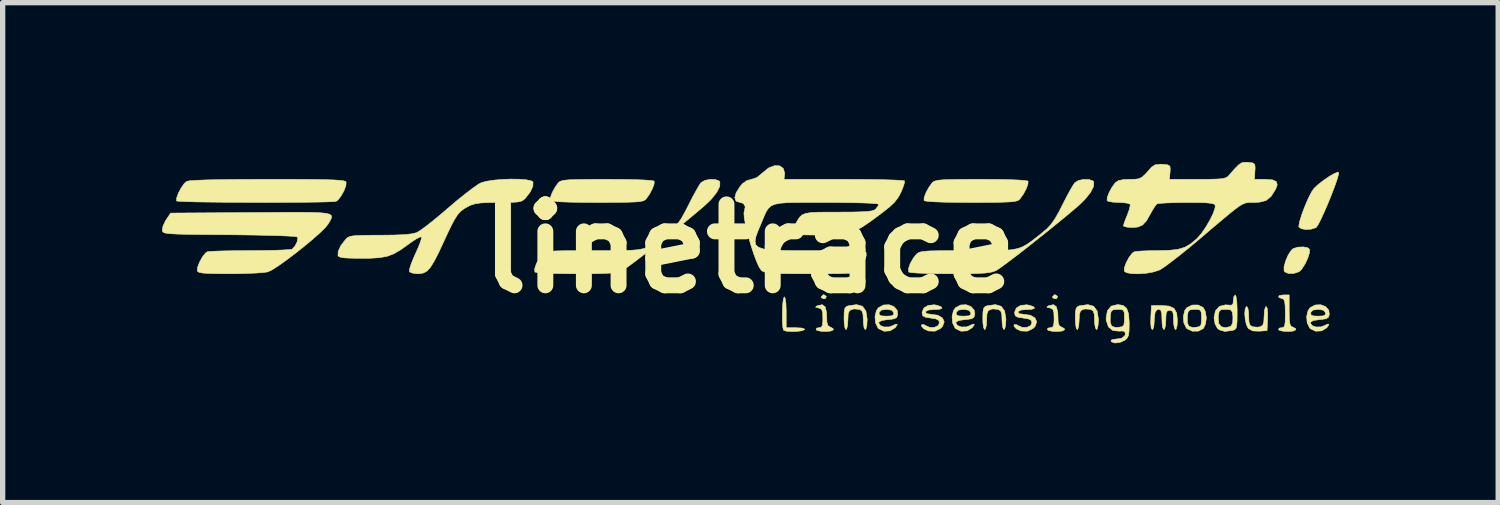
<source format=kicad_pcb>
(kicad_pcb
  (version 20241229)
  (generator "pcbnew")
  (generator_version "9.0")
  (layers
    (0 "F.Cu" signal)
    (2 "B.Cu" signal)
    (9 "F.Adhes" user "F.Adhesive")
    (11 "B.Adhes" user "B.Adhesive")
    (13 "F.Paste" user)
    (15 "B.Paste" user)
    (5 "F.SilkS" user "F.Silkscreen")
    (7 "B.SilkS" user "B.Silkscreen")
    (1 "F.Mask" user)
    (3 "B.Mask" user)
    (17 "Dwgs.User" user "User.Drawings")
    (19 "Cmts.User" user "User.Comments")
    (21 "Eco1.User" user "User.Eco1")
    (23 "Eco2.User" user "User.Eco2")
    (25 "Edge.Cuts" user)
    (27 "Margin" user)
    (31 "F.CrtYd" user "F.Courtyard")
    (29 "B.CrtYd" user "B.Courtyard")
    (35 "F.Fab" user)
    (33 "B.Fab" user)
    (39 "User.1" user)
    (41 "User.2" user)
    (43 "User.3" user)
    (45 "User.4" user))
  (footprint "linetrace"
    (layer "F.Cu")
    (at 11.065 1.633)
    (property "Reference" "linetrace" (at 0 0 0) (layer "F.SilkS") (effects (font (size 1.524 1.524) (thickness 0.3))))
    (attr through_hole)
    (fp_poly (pts (xy 1.44 0.894) (xy 1.444 0.904) (xy 1.427 0.938) (xy 1.397 0.943) (xy 1.352 0.925) (xy 1.35 0.904) (xy 1.387 0.867) (xy 1.397 0.865) (xy 1.44 0.894)) (stroke (width 0.01) (type solid)) (fill yes) (layer "F.SilkS"))
    (fp_poly (pts (xy 5.794 0.894) (xy 5.799 0.904) (xy 5.781 0.938) (xy 5.751 0.943) (xy 5.706 0.925) (xy 5.704 0.904) (xy 5.741 0.867) (xy 5.751 0.865) (xy 5.794 0.894)) (stroke (width 0.01) (type solid)) (fill yes) (layer "F.SilkS"))
    (fp_poly (pts (xy 10.508 -0.018) (xy 10.544 0.012) (xy 10.541 0.081) (xy 10.508 0.184) (xy 10.455 0.294) (xy 10.395 0.387) (xy 10.346 0.433) (xy 10.245 0.466) (xy 10.146 0.467) (xy 10.077 0.436) (xy 10.064 0.416) (xy 10.063 0.34) (xy 10.093 0.232) (xy 10.141 0.12) (xy 10.198 0.032) (xy 10.233 -0.000414) (xy 10.324 -0.029) (xy 10.425 -0.034) (xy 10.508 -0.018)) (stroke (width 0.01) (type solid)) (fill yes) (layer "F.SilkS"))
    (fp_poly (pts (xy 0.671 0.941) (xy 0.684 1.034) (xy 0.689 1.171) (xy 0.689 1.197) (xy 0.689 1.488) (xy 0.873 1.488) (xy 0.982 1.494) (xy 1.033 1.511) (xy 1.034 1.524) (xy 0.988 1.544) (xy 0.897 1.557) (xy 0.791 1.56) (xy 0.696 1.554) (xy 0.642 1.537) (xy 0.641 1.536) (xy 0.627 1.489) (xy 0.619 1.394) (xy 0.617 1.271) (xy 0.619 1.141) (xy 0.626 1.024) (xy 0.638 0.939) (xy 0.653 0.907) (xy 0.671 0.941)) (stroke (width 0.01) (type solid)) (fill yes) (layer "F.SilkS"))
    (fp_poly (pts (xy 11.091 -1.439) (xy 11.089 -1.397) (xy 11.062 -1.303) (xy 11.016 -1.171) (xy 10.957 -1.017) (xy 10.891 -0.854) (xy 10.823 -0.697) (xy 10.76 -0.559) (xy 10.707 -0.456) (xy 10.67 -0.401) (xy 10.664 -0.397) (xy 10.574 -0.368) (xy 10.475 -0.361) (xy 10.39 -0.376) (xy 10.344 -0.409) (xy 10.341 -0.421) (xy 10.357 -0.512) (xy 10.398 -0.645) (xy 10.455 -0.797) (xy 10.519 -0.946) (xy 10.581 -1.067) (xy 10.627 -1.135) (xy 10.705 -1.208) (xy 10.806 -1.286) (xy 10.912 -1.359) (xy 11.007 -1.414) (xy 11.073 -1.441) (xy 11.091 -1.439)) (stroke (width 0.01) (type solid)) (fill yes) (layer "F.SilkS"))
    (fp_poly (pts (xy 1.422 1.093) (xy 1.448 1.196) (xy 1.451 1.272) (xy 1.456 1.386) (xy 1.475 1.447) (xy 1.514 1.474) (xy 1.524 1.477) (xy 1.573 1.505) (xy 1.576 1.528) (xy 1.527 1.551) (xy 1.439 1.559) (xy 1.343 1.555) (xy 1.27 1.538) (xy 1.252 1.524) (xy 1.263 1.495) (xy 1.304 1.488) (xy 1.349 1.479) (xy 1.371 1.439) (xy 1.379 1.352) (xy 1.379 1.309) (xy 1.375 1.2) (xy 1.357 1.144) (xy 1.317 1.12) (xy 1.297 1.116) (xy 1.243 1.102) (xy 1.256 1.084) (xy 1.279 1.073) (xy 1.367 1.054) (xy 1.422 1.093)) (stroke (width 0.01) (type solid)) (fill yes) (layer "F.SilkS"))
    (fp_poly (pts (xy 5.776 1.093) (xy 5.803 1.196) (xy 5.806 1.272) (xy 5.81 1.386) (xy 5.829 1.447) (xy 5.869 1.474) (xy 5.878 1.477) (xy 5.927 1.505) (xy 5.93 1.528) (xy 5.882 1.551) (xy 5.794 1.559) (xy 5.697 1.555) (xy 5.624 1.538) (xy 5.606 1.524) (xy 5.617 1.495) (xy 5.658 1.488) (xy 5.703 1.479) (xy 5.726 1.439) (xy 5.733 1.352) (xy 5.733 1.309) (xy 5.729 1.2) (xy 5.711 1.144) (xy 5.671 1.12) (xy 5.652 1.116) (xy 5.597 1.102) (xy 5.61 1.084) (xy 5.633 1.073) (xy 5.721 1.054) (xy 5.776 1.093)) (stroke (width 0.01) (type solid)) (fill yes) (layer "F.SilkS"))
    (fp_poly (pts (xy 9.747 1.123) (xy 9.755 1.219) (xy 9.754 1.315) (xy 9.743 1.542) (xy 9.596 1.553) (xy 9.475 1.548) (xy 9.397 1.506) (xy 9.387 1.496) (xy 9.354 1.43) (xy 9.333 1.334) (xy 9.324 1.23) (xy 9.33 1.141) (xy 9.351 1.092) (xy 9.362 1.089) (xy 9.383 1.121) (xy 9.396 1.204) (xy 9.398 1.268) (xy 9.403 1.38) (xy 9.424 1.44) (xy 9.468 1.469) (xy 9.471 1.47) (xy 9.567 1.478) (xy 9.616 1.47) (xy 9.661 1.442) (xy 9.682 1.383) (xy 9.688 1.274) (xy 9.688 1.268) (xy 9.695 1.163) (xy 9.713 1.099) (xy 9.726 1.089) (xy 9.747 1.123)) (stroke (width 0.01) (type solid)) (fill yes) (layer "F.SilkS"))
    (fp_poly (pts (xy 10.16 1.165) (xy 10.162 1.312) (xy 10.17 1.402) (xy 10.187 1.45) (xy 10.217 1.472) (xy 10.232 1.477) (xy 10.282 1.505) (xy 10.284 1.528) (xy 10.236 1.551) (xy 10.148 1.559) (xy 10.051 1.555) (xy 9.979 1.538) (xy 9.96 1.524) (xy 9.972 1.495) (xy 10.013 1.488) (xy 10.051 1.482) (xy 10.073 1.454) (xy 10.084 1.389) (xy 10.087 1.272) (xy 10.087 1.216) (xy 10.084 1.071) (xy 10.073 0.986) (xy 10.052 0.948) (xy 10.035 0.943) (xy 9.973 0.921) (xy 9.96 0.907) (xy 9.975 0.881) (xy 10.045 0.871) (xy 10.049 0.871) (xy 10.16 0.871) (xy 10.16 1.165)) (stroke (width 0.01) (type solid)) (fill yes) (layer "F.SilkS"))
    (fp_poly (pts (xy 2.125 1.084) (xy 2.189 1.172) (xy 2.213 1.319) (xy 2.213 1.345) (xy 2.207 1.448) (xy 2.19 1.512) (xy 2.177 1.524) (xy 2.156 1.491) (xy 2.143 1.408) (xy 2.141 1.345) (xy 2.135 1.233) (xy 2.114 1.172) (xy 2.071 1.144) (xy 2.068 1.143) (xy 1.972 1.134) (xy 1.923 1.143) (xy 1.878 1.171) (xy 1.856 1.229) (xy 1.851 1.339) (xy 1.851 1.345) (xy 1.844 1.448) (xy 1.827 1.512) (xy 1.814 1.524) (xy 1.795 1.491) (xy 1.782 1.405) (xy 1.778 1.311) (xy 1.781 1.189) (xy 1.794 1.121) (xy 1.825 1.088) (xy 1.86 1.075) (xy 2.016 1.053) (xy 2.125 1.084)) (stroke (width 0.01) (type solid)) (fill yes) (layer "F.SilkS"))
    (fp_poly (pts (xy 4.737 1.084) (xy 4.802 1.172) (xy 4.826 1.319) (xy 4.826 1.345) (xy 4.819 1.448) (xy 4.802 1.512) (xy 4.79 1.524) (xy 4.769 1.491) (xy 4.756 1.408) (xy 4.753 1.345) (xy 4.748 1.233) (xy 4.727 1.172) (xy 4.683 1.144) (xy 4.681 1.143) (xy 4.584 1.134) (xy 4.536 1.143) (xy 4.491 1.171) (xy 4.469 1.229) (xy 4.463 1.339) (xy 4.463 1.345) (xy 4.457 1.448) (xy 4.44 1.512) (xy 4.427 1.524) (xy 4.407 1.491) (xy 4.394 1.405) (xy 4.391 1.311) (xy 4.394 1.189) (xy 4.407 1.121) (xy 4.437 1.088) (xy 4.472 1.075) (xy 4.629 1.053) (xy 4.737 1.084)) (stroke (width 0.01) (type solid)) (fill yes) (layer "F.SilkS"))
    (fp_poly (pts (xy 6.479 1.084) (xy 6.543 1.172) (xy 6.567 1.319) (xy 6.568 1.345) (xy 6.561 1.448) (xy 6.544 1.512) (xy 6.531 1.524) (xy 6.511 1.491) (xy 6.497 1.408) (xy 6.495 1.345) (xy 6.49 1.233) (xy 6.469 1.172) (xy 6.425 1.144) (xy 6.423 1.143) (xy 6.326 1.134) (xy 6.277 1.143) (xy 6.233 1.171) (xy 6.211 1.229) (xy 6.205 1.339) (xy 6.205 1.345) (xy 6.198 1.448) (xy 6.181 1.512) (xy 6.169 1.524) (xy 6.149 1.491) (xy 6.136 1.405) (xy 6.132 1.311) (xy 6.135 1.189) (xy 6.149 1.121) (xy 6.179 1.088) (xy 6.214 1.075) (xy 6.37 1.053) (xy 6.479 1.084)) (stroke (width 0.01) (type solid)) (fill yes) (layer "F.SilkS"))
    (fp_poly (pts (xy 3.533 1.066) (xy 3.611 1.096) (xy 3.622 1.123) (xy 3.569 1.142) (xy 3.478 1.146) (xy 3.372 1.154) (xy 3.315 1.182) (xy 3.312 1.188) (xy 3.33 1.223) (xy 3.41 1.234) (xy 3.545 1.253) (xy 3.632 1.304) (xy 3.664 1.377) (xy 3.634 1.461) (xy 3.599 1.5) (xy 3.491 1.553) (xy 3.368 1.549) (xy 3.282 1.509) (xy 3.238 1.461) (xy 3.238 1.431) (xy 3.283 1.429) (xy 3.317 1.449) (xy 3.396 1.483) (xy 3.483 1.48) (xy 3.551 1.447) (xy 3.574 1.397) (xy 3.561 1.349) (xy 3.508 1.322) (xy 3.411 1.306) (xy 3.31 1.29) (xy 3.262 1.264) (xy 3.248 1.214) (xy 3.248 1.198) (xy 3.279 1.118) (xy 3.362 1.068) (xy 3.477 1.056) (xy 3.533 1.066)) (stroke (width 0.01) (type solid)) (fill yes) (layer "F.SilkS"))
    (fp_poly (pts (xy 5.274 1.066) (xy 5.353 1.096) (xy 5.364 1.123) (xy 5.311 1.142) (xy 5.22 1.146) (xy 5.114 1.154) (xy 5.057 1.182) (xy 5.053 1.188) (xy 5.072 1.223) (xy 5.152 1.234) (xy 5.287 1.253) (xy 5.374 1.304) (xy 5.406 1.377) (xy 5.376 1.461) (xy 5.34 1.5) (xy 5.233 1.553) (xy 5.109 1.549) (xy 5.023 1.509) (xy 4.979 1.461) (xy 4.979 1.431) (xy 5.025 1.429) (xy 5.059 1.449) (xy 5.137 1.483) (xy 5.224 1.48) (xy 5.293 1.447) (xy 5.316 1.397) (xy 5.302 1.349) (xy 5.25 1.322) (xy 5.153 1.306) (xy 5.051 1.29) (xy 5.003 1.264) (xy 4.99 1.214) (xy 4.989 1.198) (xy 5.021 1.118) (xy 5.103 1.068) (xy 5.218 1.056) (xy 5.274 1.066)) (stroke (width 0.01) (type solid)) (fill yes) (layer "F.SilkS"))
    (fp_poly (pts (xy 8.542 1.108) (xy 8.543 1.109) (xy 8.581 1.184) (xy 8.599 1.293) (xy 8.6 1.306) (xy 8.585 1.416) (xy 8.548 1.497) (xy 8.543 1.503) (xy 8.449 1.552) (xy 8.336 1.553) (xy 8.238 1.507) (xy 8.224 1.494) (xy 8.177 1.397) (xy 8.176 1.39) (xy 8.241 1.39) (xy 8.27 1.459) (xy 8.339 1.483) (xy 8.391 1.481) (xy 8.464 1.469) (xy 8.498 1.439) (xy 8.508 1.369) (xy 8.509 1.306) (xy 8.506 1.206) (xy 8.488 1.158) (xy 8.439 1.144) (xy 8.382 1.143) (xy 8.296 1.15) (xy 8.258 1.184) (xy 8.243 1.264) (xy 8.241 1.39) (xy 8.176 1.39) (xy 8.167 1.277) (xy 8.193 1.165) (xy 8.231 1.112) (xy 8.332 1.061) (xy 8.446 1.06) (xy 8.542 1.108)) (stroke (width 0.01) (type solid)) (fill yes) (layer "F.SilkS"))
    (fp_poly (pts (xy -2.407 -1.305) (xy -2.175 -1.301) (xy -1.992 -1.294) (xy -1.865 -1.285) (xy -1.802 -1.275) (xy -1.797 -1.271) (xy -1.798 -1.217) (xy -1.832 -1.127) (xy -1.885 -1.026) (xy -1.949 -0.937) (xy -1.951 -0.934) (xy -1.975 -0.914) (xy -2.012 -0.899) (xy -2.072 -0.887) (xy -2.163 -0.88) (xy -2.295 -0.875) (xy -2.477 -0.872) (xy -2.718 -0.871) (xy -2.87 -0.871) (xy -3.145 -0.872) (xy -3.377 -0.876) (xy -3.56 -0.883) (xy -3.686 -0.892) (xy -3.749 -0.903) (xy -3.755 -0.906) (xy -3.753 -0.96) (xy -3.72 -1.05) (xy -3.666 -1.151) (xy -3.602 -1.241) (xy -3.6 -1.243) (xy -3.577 -1.263) (xy -3.539 -1.278) (xy -3.48 -1.29) (xy -3.388 -1.298) (xy -3.256 -1.302) (xy -3.074 -1.305) (xy -2.834 -1.306) (xy -2.682 -1.306) (xy -2.407 -1.305)) (stroke (width 0.01) (type solid)) (fill yes) (layer "F.SilkS"))
    (fp_poly (pts (xy 4.633 -1.305) (xy 4.865 -1.301) (xy 5.048 -1.294) (xy 5.174 -1.285) (xy 5.237 -1.275) (xy 5.243 -1.271) (xy 5.241 -1.217) (xy 5.208 -1.127) (xy 5.154 -1.026) (xy 5.09 -0.937) (xy 5.088 -0.934) (xy 5.064 -0.914) (xy 5.027 -0.899) (xy 4.967 -0.887) (xy 4.876 -0.88) (xy 4.744 -0.875) (xy 4.562 -0.872) (xy 4.322 -0.871) (xy 4.169 -0.871) (xy 3.895 -0.872) (xy 3.662 -0.876) (xy 3.479 -0.883) (xy 3.353 -0.892) (xy 3.29 -0.903) (xy 3.285 -0.906) (xy 3.286 -0.96) (xy 3.319 -1.05) (xy 3.373 -1.151) (xy 3.437 -1.241) (xy 3.439 -1.243) (xy 3.463 -1.263) (xy 3.5 -1.278) (xy 3.56 -1.29) (xy 3.651 -1.298) (xy 3.783 -1.302) (xy 3.965 -1.305) (xy 4.206 -1.306) (xy 4.358 -1.306) (xy 4.633 -1.305)) (stroke (width 0.01) (type solid)) (fill yes) (layer "F.SilkS"))
    (fp_poly (pts (xy 7.899 1.081) (xy 7.994 1.126) (xy 8.042 1.214) (xy 8.055 1.348) (xy 8.049 1.45) (xy 8.032 1.513) (xy 8.019 1.524) (xy 7.998 1.491) (xy 7.985 1.408) (xy 7.983 1.343) (xy 7.979 1.234) (xy 7.963 1.179) (xy 7.927 1.162) (xy 7.91 1.161) (xy 7.867 1.171) (xy 7.845 1.211) (xy 7.838 1.301) (xy 7.838 1.343) (xy 7.831 1.446) (xy 7.814 1.512) (xy 7.801 1.524) (xy 7.78 1.491) (xy 7.767 1.408) (xy 7.765 1.349) (xy 7.76 1.222) (xy 7.742 1.157) (xy 7.704 1.141) (xy 7.671 1.149) (xy 7.635 1.201) (xy 7.62 1.321) (xy 7.62 1.346) (xy 7.613 1.451) (xy 7.595 1.514) (xy 7.582 1.524) (xy 7.561 1.49) (xy 7.553 1.394) (xy 7.555 1.297) (xy 7.566 1.07) (xy 7.747 1.069) (xy 7.899 1.081)) (stroke (width 0.01) (type solid)) (fill yes) (layer "F.SilkS"))
    (fp_poly (pts (xy -8.701 -1.306) (xy -8.396 -1.305) (xy -8.151 -1.303) (xy -7.961 -1.299) (xy -7.817 -1.294) (xy -7.716 -1.287) (xy -7.649 -1.279) (xy -7.612 -1.268) (xy -7.598 -1.255) (xy -7.602 -1.188) (xy -7.638 -1.091) (xy -7.693 -0.992) (xy -7.752 -0.916) (xy -7.785 -0.893) (xy -7.836 -0.887) (xy -7.948 -0.882) (xy -8.113 -0.878) (xy -8.321 -0.875) (xy -8.562 -0.873) (xy -8.828 -0.872) (xy -9.109 -0.871) (xy -9.395 -0.872) (xy -9.678 -0.873) (xy -9.949 -0.875) (xy -10.197 -0.878) (xy -10.414 -0.881) (xy -10.59 -0.886) (xy -10.716 -0.891) (xy -10.782 -0.897) (xy -10.79 -0.9) (xy -10.789 -0.955) (xy -10.757 -1.044) (xy -10.705 -1.142) (xy -10.647 -1.225) (xy -10.601 -1.267) (xy -10.542 -1.279) (xy -10.411 -1.288) (xy -10.209 -1.296) (xy -9.935 -1.301) (xy -9.589 -1.305) (xy -9.171 -1.306) (xy -9.073 -1.306) (xy -8.701 -1.306)) (stroke (width 0.01) (type solid)) (fill yes) (layer "F.SilkS"))
    (fp_poly (pts (xy 9.161 0.905) (xy 9.174 1) (xy 9.18 1.143) (xy 9.18 1.193) (xy 9.179 1.348) (xy 9.173 1.444) (xy 9.159 1.498) (xy 9.133 1.525) (xy 9.099 1.537) (xy 8.95 1.558) (xy 8.843 1.527) (xy 8.805 1.494) (xy 8.763 1.412) (xy 8.745 1.306) (xy 8.745 1.3) (xy 8.748 1.284) (xy 8.824 1.284) (xy 8.832 1.405) (xy 8.882 1.47) (xy 8.963 1.487) (xy 9.043 1.468) (xy 9.065 1.456) (xy 9.097 1.396) (xy 9.101 1.284) (xy 9.089 1.193) (xy 9.059 1.153) (xy 8.99 1.143) (xy 8.963 1.143) (xy 8.88 1.148) (xy 8.842 1.178) (xy 8.827 1.254) (xy 8.824 1.284) (xy 8.748 1.284) (xy 8.772 1.169) (xy 8.848 1.085) (xy 8.962 1.057) (xy 8.997 1.06) (xy 9.074 1.064) (xy 9.104 1.033) (xy 9.108 0.973) (xy 9.119 0.9) (xy 9.144 0.871) (xy 9.161 0.905)) (stroke (width 0.01) (type solid)) (fill yes) (layer "F.SilkS"))
    (fp_poly (pts (xy 2.718 1.09) (xy 2.778 1.158) (xy 2.788 1.236) (xy 2.772 1.291) (xy 2.728 1.319) (xy 2.638 1.333) (xy 2.603 1.335) (xy 2.487 1.352) (xy 2.435 1.382) (xy 2.431 1.398) (xy 2.462 1.447) (xy 2.536 1.474) (xy 2.626 1.473) (xy 2.679 1.455) (xy 2.759 1.419) (xy 2.782 1.428) (xy 2.747 1.479) (xy 2.74 1.488) (xy 2.644 1.547) (xy 2.531 1.554) (xy 2.432 1.507) (xy 2.419 1.494) (xy 2.371 1.397) (xy 2.361 1.277) (xy 2.378 1.206) (xy 2.438 1.206) (xy 2.443 1.247) (xy 2.489 1.266) (xy 2.576 1.27) (xy 2.672 1.265) (xy 2.712 1.244) (xy 2.715 1.206) (xy 2.681 1.16) (xy 2.594 1.143) (xy 2.576 1.143) (xy 2.481 1.156) (xy 2.44 1.197) (xy 2.438 1.206) (xy 2.378 1.206) (xy 2.388 1.165) (xy 2.425 1.112) (xy 2.521 1.06) (xy 2.626 1.055) (xy 2.718 1.09)) (stroke (width 0.01) (type solid)) (fill yes) (layer "F.SilkS"))
    (fp_poly (pts (xy 4.17 1.09) (xy 4.229 1.158) (xy 4.24 1.236) (xy 4.223 1.291) (xy 4.18 1.319) (xy 4.09 1.333) (xy 4.055 1.335) (xy 3.938 1.352) (xy 3.887 1.382) (xy 3.883 1.398) (xy 3.913 1.447) (xy 3.988 1.474) (xy 4.078 1.473) (xy 4.131 1.455) (xy 4.21 1.419) (xy 4.233 1.428) (xy 4.198 1.479) (xy 4.191 1.488) (xy 4.095 1.547) (xy 3.982 1.554) (xy 3.883 1.507) (xy 3.87 1.494) (xy 3.822 1.397) (xy 3.812 1.277) (xy 3.829 1.206) (xy 3.889 1.206) (xy 3.894 1.247) (xy 3.941 1.266) (xy 4.028 1.27) (xy 4.124 1.265) (xy 4.164 1.244) (xy 4.166 1.206) (xy 4.132 1.16) (xy 4.046 1.143) (xy 4.028 1.143) (xy 3.932 1.156) (xy 3.892 1.197) (xy 3.889 1.206) (xy 3.829 1.206) (xy 3.839 1.165) (xy 3.876 1.112) (xy 3.973 1.06) (xy 4.077 1.055) (xy 4.17 1.09)) (stroke (width 0.01) (type solid)) (fill yes) (layer "F.SilkS"))
    (fp_poly (pts (xy 10.846 1.09) (xy 10.906 1.158) (xy 10.916 1.236) (xy 10.9 1.291) (xy 10.856 1.319) (xy 10.766 1.333) (xy 10.732 1.335) (xy 10.615 1.352) (xy 10.563 1.382) (xy 10.559 1.398) (xy 10.59 1.447) (xy 10.664 1.474) (xy 10.754 1.473) (xy 10.807 1.455) (xy 10.887 1.419) (xy 10.91 1.428) (xy 10.875 1.479) (xy 10.868 1.488) (xy 10.772 1.547) (xy 10.659 1.554) (xy 10.56 1.507) (xy 10.547 1.494) (xy 10.499 1.397) (xy 10.489 1.277) (xy 10.506 1.206) (xy 10.566 1.206) (xy 10.571 1.247) (xy 10.617 1.266) (xy 10.704 1.27) (xy 10.8 1.265) (xy 10.84 1.244) (xy 10.843 1.206) (xy 10.809 1.16) (xy 10.722 1.143) (xy 10.704 1.143) (xy 10.609 1.156) (xy 10.568 1.197) (xy 10.566 1.206) (xy 10.506 1.206) (xy 10.516 1.165) (xy 10.553 1.112) (xy 10.649 1.06) (xy 10.754 1.055) (xy 10.846 1.09)) (stroke (width 0.01) (type solid)) (fill yes) (layer "F.SilkS"))
    (fp_poly (pts (xy 7.033 1.068) (xy 7.1 1.123) (xy 7.136 1.227) (xy 7.148 1.39) (xy 7.148 1.416) (xy 7.145 1.553) (xy 7.133 1.637) (xy 7.105 1.689) (xy 7.068 1.722) (xy 6.973 1.765) (xy 6.878 1.776) (xy 6.811 1.751) (xy 6.804 1.742) (xy 6.816 1.715) (xy 6.871 1.705) (xy 7 1.689) (xy 7.066 1.639) (xy 7.076 1.599) (xy 7.06 1.556) (xy 7 1.549) (xy 6.965 1.553) (xy 6.842 1.542) (xy 6.756 1.472) (xy 6.729 1.39) (xy 6.79 1.39) (xy 6.819 1.459) (xy 6.887 1.483) (xy 6.939 1.481) (xy 7.012 1.469) (xy 7.047 1.439) (xy 7.057 1.369) (xy 7.058 1.306) (xy 7.055 1.206) (xy 7.036 1.158) (xy 6.987 1.144) (xy 6.931 1.143) (xy 6.844 1.15) (xy 6.806 1.184) (xy 6.792 1.264) (xy 6.79 1.39) (xy 6.729 1.39) (xy 6.715 1.35) (xy 6.713 1.303) (xy 6.738 1.166) (xy 6.81 1.081) (xy 6.929 1.052) (xy 6.931 1.052) (xy 7.033 1.068)) (stroke (width 0.01) (type solid)) (fill yes) (layer "F.SilkS"))
    (fp_poly (pts (xy -0.648 -1.303) (xy -0.576 -1.277) (xy -0.559 -1.255) (xy -0.563 -1.172) (xy -0.619 -1.061) (xy -0.721 -0.933) (xy -0.805 -0.85) (xy -0.907 -0.76) (xy -1.047 -0.642) (xy -1.215 -0.503) (xy -1.402 -0.352) (xy -1.597 -0.196) (xy -1.791 -0.042) (xy -1.975 0.101) (xy -2.137 0.225) (xy -2.269 0.323) (xy -2.361 0.388) (xy -2.393 0.408) (xy -2.445 0.43) (xy -2.51 0.446) (xy -2.598 0.458) (xy -2.72 0.465) (xy -2.887 0.47) (xy -3.109 0.471) (xy -3.271 0.472) (xy -3.5 0.47) (xy -3.701 0.466) (xy -3.866 0.459) (xy -3.983 0.451) (xy -4.04 0.441) (xy -4.044 0.438) (xy -4.047 0.376) (xy -4.015 0.281) (xy -3.959 0.18) (xy -3.91 0.118) (xy -3.885 0.093) (xy -3.855 0.073) (xy -3.812 0.059) (xy -3.747 0.049) (xy -3.651 0.042) (xy -3.515 0.039) (xy -3.328 0.037) (xy -3.084 0.036) (xy -2.924 0.036) (xy -2.637 0.036) (xy -2.411 0.035) (xy -2.236 0.03) (xy -2.101 0.019) (xy -1.993 -0.002) (xy -1.902 -0.034) (xy -1.817 -0.081) (xy -1.727 -0.144) (xy -1.621 -0.227) (xy -1.547 -0.285) (xy -1.444 -0.372) (xy -1.363 -0.459) (xy -1.289 -0.563) (xy -1.21 -0.705) (xy -1.153 -0.816) (xy -1.075 -0.969) (xy -1.002 -1.103) (xy -0.945 -1.201) (xy -0.916 -1.243) (xy -0.846 -1.285) (xy -0.748 -1.305) (xy -0.648 -1.303)) (stroke (width 0.01) (type solid)) (fill yes) (layer "F.SilkS"))
    (fp_poly (pts (xy 6.391 -1.303) (xy 6.463 -1.277) (xy 6.481 -1.255) (xy 6.477 -1.172) (xy 6.42 -1.061) (xy 6.318 -0.933) (xy 6.235 -0.85) (xy 6.133 -0.76) (xy 5.993 -0.642) (xy 5.824 -0.503) (xy 5.638 -0.352) (xy 5.442 -0.196) (xy 5.248 -0.042) (xy 5.065 0.101) (xy 4.902 0.225) (xy 4.77 0.323) (xy 4.678 0.388) (xy 4.646 0.408) (xy 4.594 0.43) (xy 4.529 0.446) (xy 4.441 0.458) (xy 4.319 0.465) (xy 4.153 0.47) (xy 3.93 0.471) (xy 3.768 0.472) (xy 3.54 0.47) (xy 3.338 0.466) (xy 3.173 0.459) (xy 3.057 0.451) (xy 2.999 0.441) (xy 2.995 0.438) (xy 2.992 0.376) (xy 3.024 0.281) (xy 3.081 0.18) (xy 3.129 0.118) (xy 3.155 0.093) (xy 3.184 0.073) (xy 3.227 0.059) (xy 3.292 0.049) (xy 3.388 0.042) (xy 3.525 0.039) (xy 3.711 0.037) (xy 3.956 0.036) (xy 4.116 0.036) (xy 4.403 0.036) (xy 4.628 0.035) (xy 4.803 0.03) (xy 4.939 0.019) (xy 5.047 -0.002) (xy 5.137 -0.034) (xy 5.222 -0.081) (xy 5.312 -0.144) (xy 5.419 -0.227) (xy 5.492 -0.285) (xy 5.595 -0.372) (xy 5.677 -0.459) (xy 5.75 -0.563) (xy 5.83 -0.705) (xy 5.886 -0.816) (xy 5.965 -0.969) (xy 6.037 -1.103) (xy 6.095 -1.201) (xy 6.124 -1.243) (xy 6.194 -1.285) (xy 6.292 -1.305) (xy 6.391 -1.303)) (stroke (width 0.01) (type solid)) (fill yes) (layer "F.SilkS"))
    (fp_poly (pts (xy -8.24 -0.683) (xy -8.091 -0.677) (xy -7.986 -0.667) (xy -7.917 -0.651) (xy -7.881 -0.63) (xy -7.87 -0.602) (xy -7.88 -0.566) (xy -7.903 -0.521) (xy -7.935 -0.466) (xy -7.938 -0.462) (xy -7.994 -0.393) (xy -8.097 -0.293) (xy -8.234 -0.172) (xy -8.393 -0.04) (xy -8.561 0.093) (xy -8.725 0.217) (xy -8.873 0.322) (xy -8.992 0.398) (xy -9.07 0.436) (xy -9.15 0.448) (xy -9.287 0.458) (xy -9.464 0.466) (xy -9.668 0.471) (xy -9.789 0.472) (xy -10.018 0.47) (xy -10.183 0.466) (xy -10.294 0.459) (xy -10.362 0.447) (xy -10.394 0.429) (xy -10.4 0.421) (xy -10.396 0.354) (xy -10.359 0.257) (xy -10.305 0.157) (xy -10.246 0.082) (xy -10.213 0.059) (xy -10.16 0.052) (xy -10.046 0.046) (xy -9.884 0.041) (xy -9.684 0.038) (xy -9.46 0.036) (xy -9.404 0.036) (xy -9.177 0.034) (xy -8.973 0.031) (xy -8.805 0.025) (xy -8.683 0.018) (xy -8.62 0.011) (xy -8.614 0.009) (xy -8.56 -0.05) (xy -8.52 -0.129) (xy -8.507 -0.198) (xy -8.516 -0.221) (xy -8.559 -0.229) (xy -8.665 -0.237) (xy -8.827 -0.244) (xy -9.036 -0.25) (xy -9.284 -0.256) (xy -9.561 -0.26) (xy -9.798 -0.263) (xy -10.132 -0.265) (xy -10.401 -0.268) (xy -10.611 -0.271) (xy -10.771 -0.275) (xy -10.886 -0.281) (xy -10.966 -0.288) (xy -11.015 -0.298) (xy -11.043 -0.311) (xy -11.055 -0.327) (xy -11.06 -0.346) (xy -11.047 -0.422) (xy -11.002 -0.52) (xy -10.986 -0.546) (xy -10.901 -0.671) (xy -9.387 -0.681) (xy -9.006 -0.683) (xy -8.692 -0.685) (xy -8.439 -0.685) (xy -8.24 -0.683)) (stroke (width 0.01) (type solid)) (fill yes) (layer "F.SilkS"))
    (fp_poly (pts (xy -4.334 -1.308) (xy -4.201 -1.297) (xy -4.11 -1.277) (xy -4.078 -1.255) (xy -4.082 -1.174) (xy -4.133 -1.065) (xy -4.22 -0.953) (xy -4.257 -0.918) (xy -4.301 -0.894) (xy -4.368 -0.88) (xy -4.471 -0.873) (xy -4.626 -0.871) (xy -4.725 -0.871) (xy -4.925 -0.869) (xy -5.068 -0.861) (xy -5.172 -0.845) (xy -5.252 -0.82) (xy -5.29 -0.802) (xy -5.372 -0.756) (xy -5.439 -0.705) (xy -5.5 -0.638) (xy -5.561 -0.542) (xy -5.631 -0.407) (xy -5.72 -0.22) (xy -5.754 -0.145) (xy -5.856 0.074) (xy -5.939 0.235) (xy -6.008 0.347) (xy -6.07 0.417) (xy -6.134 0.455) (xy -6.205 0.47) (xy -6.245 0.472) (xy -6.34 0.462) (xy -6.401 0.438) (xy -6.406 0.432) (xy -6.403 0.383) (xy -6.373 0.287) (xy -6.322 0.161) (xy -6.297 0.106) (xy -6.237 -0.027) (xy -6.195 -0.138) (xy -6.175 -0.208) (xy -6.176 -0.22) (xy -6.208 -0.22) (xy -6.283 -0.181) (xy -6.385 -0.113) (xy -6.411 -0.094) (xy -6.565 0.017) (xy -6.696 0.094) (xy -6.822 0.142) (xy -6.966 0.169) (xy -7.147 0.18) (xy -7.312 0.181) (xy -7.501 0.179) (xy -7.629 0.173) (xy -7.707 0.16) (xy -7.744 0.14) (xy -7.751 0.13) (xy -7.747 0.049) (xy -7.696 -0.06) (xy -7.609 -0.172) (xy -7.578 -0.203) (xy -7.54 -0.225) (xy -7.485 -0.239) (xy -7.4 -0.248) (xy -7.272 -0.252) (xy -7.092 -0.254) (xy -6.959 -0.254) (xy -6.697 -0.257) (xy -6.501 -0.265) (xy -6.362 -0.28) (xy -6.274 -0.301) (xy -6.267 -0.304) (xy -6.201 -0.344) (xy -6.093 -0.423) (xy -5.954 -0.532) (xy -5.797 -0.662) (xy -5.679 -0.763) (xy -5.513 -0.904) (xy -5.354 -1.032) (xy -5.215 -1.138) (xy -5.11 -1.212) (xy -5.062 -1.239) (xy -4.963 -1.268) (xy -4.825 -1.29) (xy -4.663 -1.304) (xy -4.494 -1.311) (xy -4.334 -1.308)) (stroke (width 0.01) (type solid)) (fill yes) (layer "F.SilkS"))
    (fp_poly (pts (xy 9.38 -1.627) (xy 9.389 -1.626) (xy 9.474 -1.615) (xy 9.512 -1.588) (xy 9.519 -1.523) (xy 9.515 -1.46) (xy 9.506 -1.306) (xy 9.707 -1.306) (xy 9.846 -1.296) (xy 9.92 -1.263) (xy 9.935 -1.201) (xy 9.904 -1.119) (xy 9.819 -0.984) (xy 9.724 -0.907) (xy 9.596 -0.875) (xy 9.505 -0.871) (xy 9.442 -0.871) (xy 9.389 -0.87) (xy 9.34 -0.861) (xy 9.288 -0.841) (xy 9.224 -0.804) (xy 9.143 -0.745) (xy 9.035 -0.659) (xy 8.894 -0.541) (xy 8.712 -0.388) (xy 8.482 -0.192) (xy 8.475 -0.186) (xy 8.287 -0.029) (xy 8.108 0.116) (xy 7.949 0.239) (xy 7.821 0.335) (xy 7.733 0.393) (xy 7.713 0.403) (xy 7.6 0.439) (xy 7.463 0.463) (xy 7.32 0.473) (xy 7.191 0.469) (xy 7.095 0.451) (xy 7.054 0.421) (xy 7.058 0.354) (xy 7.094 0.257) (xy 7.149 0.157) (xy 7.208 0.082) (xy 7.24 0.059) (xy 7.3 0.049) (xy 7.414 0.042) (xy 7.564 0.037) (xy 7.679 0.036) (xy 7.897 0.031) (xy 8.061 0.013) (xy 8.19 -0.025) (xy 8.301 -0.088) (xy 8.413 -0.181) (xy 8.425 -0.192) (xy 8.506 -0.284) (xy 8.59 -0.406) (xy 8.667 -0.538) (xy 8.729 -0.664) (xy 8.764 -0.766) (xy 8.767 -0.82) (xy 8.744 -0.841) (xy 8.688 -0.855) (xy 8.589 -0.865) (xy 8.436 -0.869) (xy 8.229 -0.87) (xy 8.04 -0.868) (xy 7.876 -0.863) (xy 7.752 -0.856) (xy 7.68 -0.847) (xy 7.67 -0.843) (xy 7.63 -0.796) (xy 7.577 -0.71) (xy 7.553 -0.666) (xy 7.475 -0.528) (xy 7.4 -0.447) (xy 7.311 -0.408) (xy 7.2 -0.399) (xy 7.104 -0.406) (xy 7.046 -0.423) (xy 7.039 -0.432) (xy 7.053 -0.483) (xy 7.087 -0.574) (xy 7.112 -0.635) (xy 7.15 -0.738) (xy 7.167 -0.815) (xy 7.164 -0.838) (xy 7.12 -0.856) (xy 7.026 -0.868) (xy 6.949 -0.871) (xy 6.836 -0.877) (xy 6.755 -0.892) (xy 6.732 -0.906) (xy 6.733 -0.96) (xy 6.766 -1.05) (xy 6.82 -1.151) (xy 6.884 -1.241) (xy 6.886 -1.243) (xy 6.947 -1.283) (xy 7.049 -1.303) (xy 7.154 -1.306) (xy 7.261 -1.308) (xy 7.335 -1.319) (xy 7.396 -1.352) (xy 7.464 -1.417) (xy 7.558 -1.524) (xy 7.568 -1.535) (xy 7.636 -1.58) (xy 7.743 -1.591) (xy 7.776 -1.589) (xy 7.872 -1.579) (xy 7.914 -1.555) (xy 7.921 -1.496) (xy 7.917 -1.442) (xy 7.905 -1.306) (xy 8.434 -1.306) (xy 8.643 -1.307) (xy 8.791 -1.311) (xy 8.892 -1.318) (xy 8.956 -1.332) (xy 8.997 -1.352) (xy 9.021 -1.375) (xy 9.127 -1.497) (xy 9.202 -1.573) (xy 9.259 -1.614) (xy 9.313 -1.628) (xy 9.38 -1.627)) (stroke (width 0.01) (type solid)) (fill yes) (layer "F.SilkS"))
    (fp_poly (pts (xy 0.567 -1.56) (xy 0.635 -1.511) (xy 0.661 -1.42) (xy 0.658 -1.388) (xy 0.648 -1.306) (xy 1.773 -1.306) (xy 2.052 -1.305) (xy 2.306 -1.303) (xy 2.528 -1.299) (xy 2.708 -1.293) (xy 2.837 -1.287) (xy 2.907 -1.28) (xy 2.917 -1.277) (xy 2.913 -1.23) (xy 2.883 -1.141) (xy 2.849 -1.06) (xy 2.797 -0.964) (xy 2.73 -0.877) (xy 2.634 -0.786) (xy 2.495 -0.676) (xy 2.443 -0.637) (xy 2.261 -0.503) (xy 2.118 -0.407) (xy 1.997 -0.342) (xy 1.879 -0.301) (xy 1.746 -0.278) (xy 1.579 -0.266) (xy 1.365 -0.26) (xy 1.167 -0.258) (xy 1.004 -0.261) (xy 0.887 -0.269) (xy 0.83 -0.281) (xy 0.827 -0.283) (xy 0.817 -0.342) (xy 0.854 -0.44) (xy 0.898 -0.527) (xy 0.939 -0.59) (xy 0.987 -0.635) (xy 1.053 -0.663) (xy 1.15 -0.68) (xy 1.287 -0.687) (xy 1.477 -0.689) (xy 1.672 -0.689) (xy 1.911 -0.69) (xy 2.087 -0.694) (xy 2.212 -0.701) (xy 2.295 -0.711) (xy 2.346 -0.727) (xy 2.374 -0.746) (xy 2.42 -0.806) (xy 2.431 -0.837) (xy 2.396 -0.847) (xy 2.295 -0.855) (xy 2.136 -0.862) (xy 1.925 -0.867) (xy 1.669 -0.87) (xy 1.439 -0.871) (xy 1.136 -0.871) (xy 0.897 -0.871) (xy 0.713 -0.867) (xy 0.575 -0.856) (xy 0.474 -0.836) (xy 0.402 -0.804) (xy 0.351 -0.757) (xy 0.31 -0.693) (xy 0.272 -0.608) (xy 0.227 -0.499) (xy 0.22 -0.482) (xy 0.16 -0.341) (xy 0.119 -0.228) (xy 0.103 -0.14) (xy 0.116 -0.074) (xy 0.167 -0.027) (xy 0.259 0.004) (xy 0.399 0.023) (xy 0.594 0.032) (xy 0.849 0.036) (xy 1.17 0.036) (xy 1.198 0.036) (xy 1.467 0.037) (xy 1.706 0.041) (xy 1.907 0.046) (xy 2.061 0.053) (xy 2.16 0.061) (xy 2.193 0.07) (xy 2.196 0.132) (xy 2.165 0.227) (xy 2.108 0.328) (xy 2.06 0.39) (xy 2.033 0.416) (xy 2.002 0.436) (xy 1.958 0.45) (xy 1.89 0.46) (xy 1.789 0.466) (xy 1.646 0.47) (xy 1.451 0.471) (xy 1.195 0.472) (xy 1.141 0.472) (xy 0.868 0.471) (xy 0.659 0.469) (xy 0.503 0.465) (xy 0.392 0.458) (xy 0.316 0.448) (xy 0.265 0.434) (xy 0.23 0.415) (xy 0.221 0.408) (xy 0.179 0.347) (xy 0.128 0.232) (xy 0.072 0.081) (xy 0.017 -0.091) (xy -0.033 -0.268) (xy -0.074 -0.435) (xy -0.1 -0.574) (xy -0.107 -0.671) (xy -0.101 -0.701) (xy -0.082 -0.791) (xy -0.118 -0.853) (xy -0.181 -0.871) (xy -0.255 -0.895) (xy -0.279 -0.959) (xy -0.253 -1.055) (xy -0.179 -1.172) (xy -0.134 -1.225) (xy -0.049 -1.284) (xy 0.035 -1.306) (xy 0.137 -1.34) (xy 0.249 -1.433) (xy 0.36 -1.522) (xy 0.471 -1.564) (xy 0.567 -1.56)) (stroke (width 0.01) (type solid)) (fill yes) (layer "F.SilkS")))
  (gr_rect
    (start -3 -3)
    (end 25.161 6.414)
    (stroke (width 0.1) (type default))
    (fill no)
    (layer "Edge.Cuts")))
</source>
